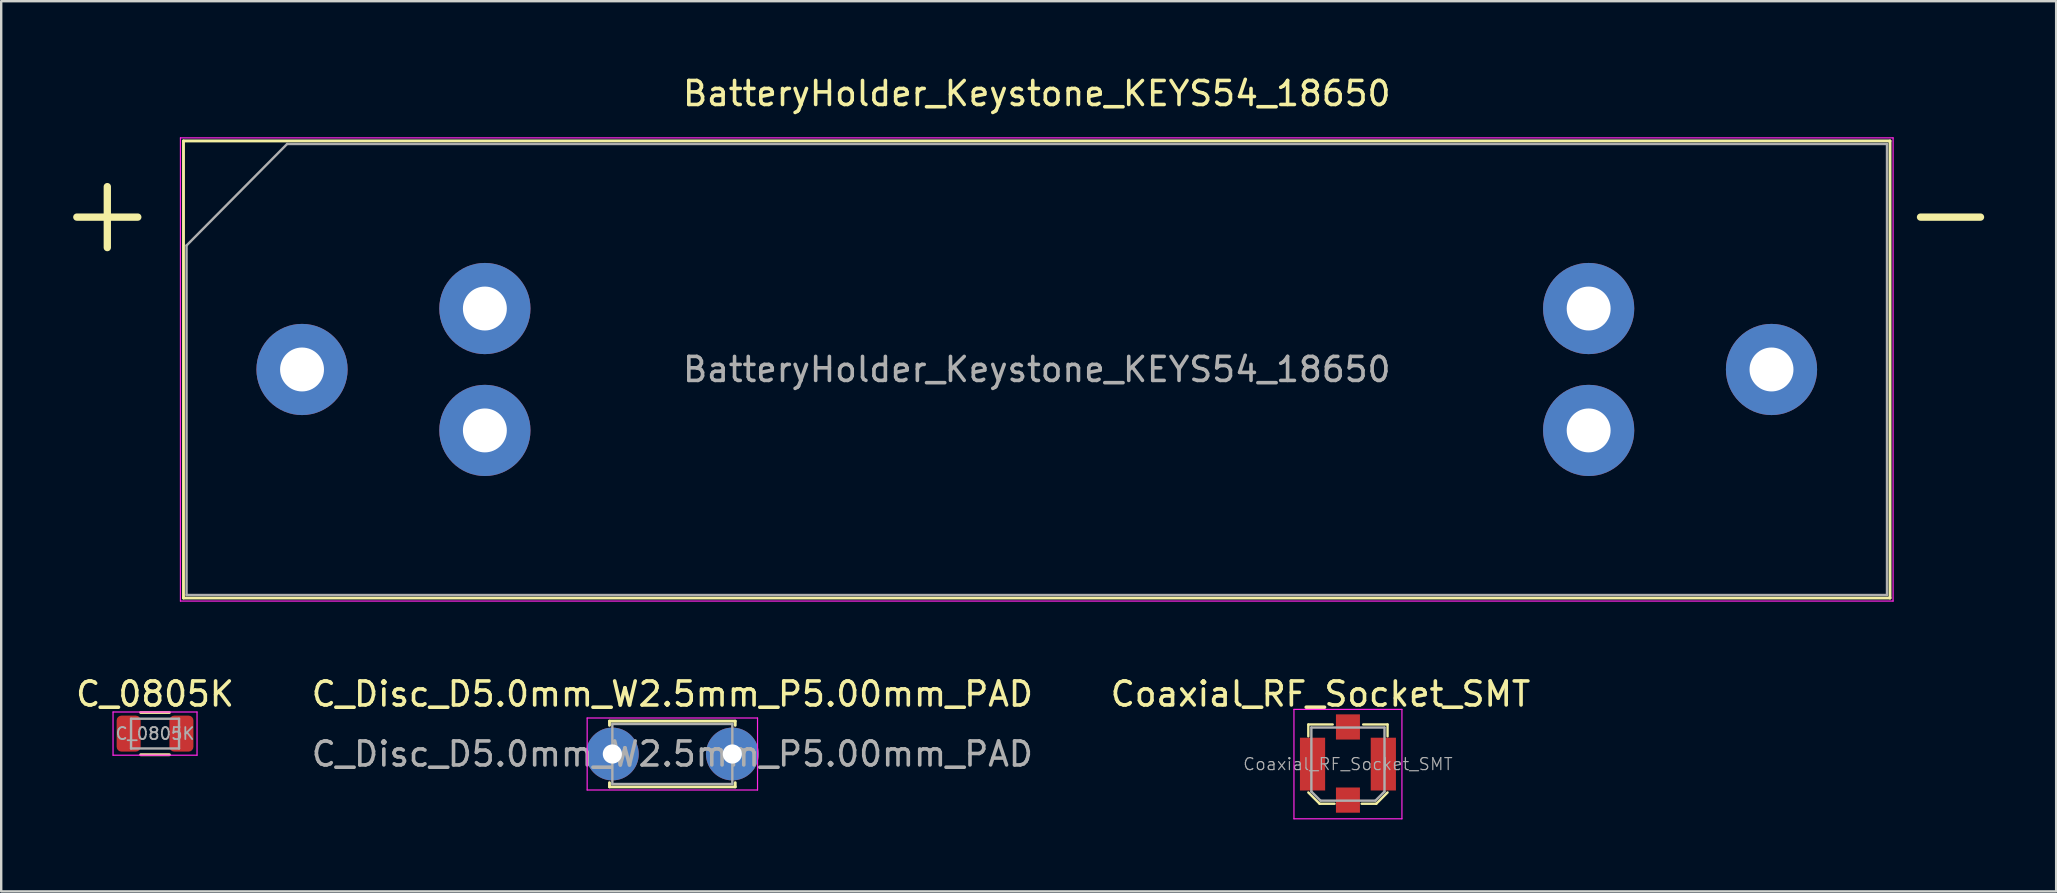
<source format=kicad_pcb>
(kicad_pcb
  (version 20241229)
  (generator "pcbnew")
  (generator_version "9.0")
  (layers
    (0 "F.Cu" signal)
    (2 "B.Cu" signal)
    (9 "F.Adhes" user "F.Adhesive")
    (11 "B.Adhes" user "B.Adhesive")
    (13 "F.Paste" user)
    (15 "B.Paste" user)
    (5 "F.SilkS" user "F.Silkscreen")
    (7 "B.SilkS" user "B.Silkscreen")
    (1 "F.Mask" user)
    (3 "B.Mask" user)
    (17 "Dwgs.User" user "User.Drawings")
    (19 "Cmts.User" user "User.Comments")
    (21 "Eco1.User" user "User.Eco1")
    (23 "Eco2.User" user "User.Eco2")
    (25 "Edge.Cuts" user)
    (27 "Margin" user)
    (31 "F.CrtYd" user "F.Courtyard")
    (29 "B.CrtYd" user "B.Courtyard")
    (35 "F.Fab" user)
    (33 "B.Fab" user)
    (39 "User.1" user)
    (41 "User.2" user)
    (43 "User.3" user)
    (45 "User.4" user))
  (footprint "Coaxial_RF_Socket_SMT"
    (layer "F.Cu")
    (at 53.125 28.794)
    (property "Reference" "Coaxial_RF_Socket_SMT" (at -1.143 -2.921 0) (layer "F.SilkS") (effects (font (size 1 1) (thickness 0.15))))
    (attr smd)
    (fp_line (start -1.651 -1.651) (end -1.651 -1.156) (stroke (width 0.1) (type solid)) (layer "F.SilkS"))
    (fp_line (start -1.651 -1.651) (end -0.635 -1.651) (stroke (width 0.1) (type solid)) (layer "F.SilkS"))
    (fp_line (start -1.181 1.651) (end -1.651 1.181) (stroke (width 0.1) (type solid)) (layer "F.SilkS"))
    (fp_line (start -1.181 1.651) (end -0.559 1.651) (stroke (width 0.1) (type solid)) (layer "F.SilkS"))
    (fp_line (start 1.181 1.651) (end 0.572 1.651) (stroke (width 0.1) (type solid)) (layer "F.SilkS"))
    (fp_line (start 1.181 1.651) (end 1.651 1.181) (stroke (width 0.1) (type solid)) (layer "F.SilkS"))
    (fp_line (start 1.651 -1.651) (end 0.635 -1.651) (stroke (width 0.1) (type solid)) (layer "F.SilkS"))
    (fp_line (start 1.651 -1.651) (end 1.651 -1.156) (stroke (width 0.1) (type solid)) (layer "F.SilkS"))
    (fp_line (start -2.25 -2.28) (end -2.25 2.28) (stroke (width 0.05) (type solid)) (layer "F.CrtYd"))
    (fp_line (start -2.25 -2.28) (end 2.25 -2.28) (stroke (width 0.05) (type solid)) (layer "F.CrtYd"))
    (fp_line (start -2.25 2.28) (end 2.25 2.28) (stroke (width 0.05) (type solid)) (layer "F.CrtYd"))
    (fp_line (start 2.25 -2.28) (end 2.25 2.28) (stroke (width 0.05) (type solid)) (layer "F.CrtYd"))
    (fp_line (start -1.524 -1.524) (end 1.524 -1.524) (stroke (width 0.1) (type solid)) (layer "F.Fab"))
    (fp_line (start -1.524 1.143) (end -1.524 -1.524) (stroke (width 0.1) (type solid)) (layer "F.Fab"))
    (fp_line (start -1.524 1.143) (end -1.143 1.524) (stroke (width 0.1) (type solid)) (layer "F.Fab"))
    (fp_line (start -1.143 1.524) (end 1.143 1.524) (stroke (width 0.1) (type solid)) (layer "F.Fab"))
    (fp_line (start 1.524 1.143) (end 1.143 1.524) (stroke (width 0.1) (type solid)) (layer "F.Fab"))
    (fp_line (start 1.524 1.143) (end 1.524 -1.524) (stroke (width 0.1) (type solid)) (layer "F.Fab"))
    (fp_text user "${REFERENCE}" (at 0 0 0) (layer "F.Fab") (effects (font (size 0.5 0.5) (thickness 0.05))))
    (pad "1" smd rect (at -1.475 0) (size 1.05 2.2) (layers "F.Cu" "F.Mask" "F.Paste"))
    (pad "1" smd rect (at 0 -1.548) (size 1 1.05) (layers "F.Cu" "F.Mask" "F.Paste"))
    (pad "1" smd rect (at 1.475 0) (size 1.05 2.2) (layers "F.Cu" "F.Mask" "F.Paste"))
    (pad "2" smd rect (at 0 1.5) (size 1 1.05) (layers "F.Cu" "F.Mask" "F.Paste")))
  (footprint "BatteryHolder_Keystone_KEYS54_18650"
    (layer "F.Cu")
    (at 40.157 12.348)
    (property "Reference" "BatteryHolder_Keystone_KEYS54_18650" (at 0 -11.5 0) (layer "F.SilkS") (effects (font (size 1 1) (thickness 0.15))))
    (attr smd)
    (fp_line (start -40.005 -6.35) (end -37.465 -6.35) (stroke (width 0.305) (type solid)) (layer "F.SilkS"))
    (fp_line (start -38.735 -5.08) (end -38.735 -7.62) (stroke (width 0.305) (type solid)) (layer "F.SilkS"))
    (fp_line (start -35.56 -9.525) (end -35.56 9.525) (stroke (width 0.12) (type solid)) (layer "F.SilkS"))
    (fp_line (start 35.56 -9.525) (end -35.56 -9.525) (stroke (width 0.12) (type solid)) (layer "F.SilkS"))
    (fp_line (start 35.56 9.525) (end -35.56 9.525) (stroke (width 0.12) (type solid)) (layer "F.SilkS"))
    (fp_line (start 35.56 9.525) (end 35.56 -9.525) (stroke (width 0.12) (type solid)) (layer "F.SilkS"))
    (fp_line (start 39.33 -6.35) (end 36.83 -6.35) (stroke (width 0.305) (type solid)) (layer "F.SilkS"))
    (fp_line (start -35.687 -9.652) (end -35.687 9.652) (stroke (width 0.05) (type solid)) (layer "F.CrtYd"))
    (fp_line (start -35.687 -9.652) (end 35.687 -9.652) (stroke (width 0.05) (type solid)) (layer "F.CrtYd"))
    (fp_line (start -35.687 9.652) (end 35.687 9.652) (stroke (width 0.05) (type solid)) (layer "F.CrtYd"))
    (fp_line (start 35.687 -9.652) (end 35.687 9.652) (stroke (width 0.05) (type solid)) (layer "F.CrtYd"))
    (fp_line (start -35.433 -5.168) (end -35.433 9.398) (stroke (width 0.1) (type solid)) (layer "F.Fab"))
    (fp_line (start -35.433 9.398) (end 35.433 9.398) (stroke (width 0.1) (type solid)) (layer "F.Fab"))
    (fp_line (start -31.242 -9.398) (end -35.433 -5.168) (stroke (width 0.1) (type solid)) (layer "F.Fab"))
    (fp_line (start -31.242 -9.398) (end 35.433 -9.398) (stroke (width 0.1) (type solid)) (layer "F.Fab"))
    (fp_line (start 35.433 -9.398) (end 35.433 9.398) (stroke (width 0.1) (type solid)) (layer "F.Fab"))
    (fp_text user "${REFERENCE}" (at 0 0 0) (layer "F.Fab") (effects (font (size 1 1) (thickness 0.15))))
    (pad "1" thru_hole circle (at -30.62 0) (size 3.8 3.8) (drill 1.83) (layers "*.Cu" "*.Mask"))
    (pad "1" thru_hole circle (at -23 -2.54) (size 3.8 3.8) (drill 1.83) (layers "*.Cu" "*.Mask"))
    (pad "1" thru_hole circle (at -23 2.54) (size 3.8 3.8) (drill 1.83) (layers "*.Cu" "*.Mask"))
    (pad "2" thru_hole circle (at 23 -2.54) (size 3.8 3.8) (drill 1.83) (layers "*.Cu" "*.Mask"))
    (pad "2" thru_hole circle (at 23 2.54) (size 3.8 3.8) (drill 1.83) (layers "*.Cu" "*.Mask"))
    (pad "2" thru_hole circle (at 30.62 0) (size 3.8 3.8) (drill 1.83) (layers "*.Cu" "*.Mask")))
  (footprint "C_0805K"
    (layer "F.Cu")
    (at 3.411 27.523)
    (property "Reference" "C_0805K" (at 0 -1.65 0) (layer "F.SilkS") (effects (font (size 1 1) (thickness 0.15))))
    (attr smd)
    (fp_line (start -0.6 -0.88) (end 0.6 -0.88) (stroke (width 0.12) (type solid)) (layer "F.SilkS"))
    (fp_line (start 0.6 0.88) (end -0.6 0.88) (stroke (width 0.12) (type solid)) (layer "F.SilkS"))
    (fp_line (start -1.75 -0.9) (end -1.75 0.9) (stroke (width 0.05) (type solid)) (layer "F.CrtYd"))
    (fp_line (start -1.75 -0.9) (end 1.75 -0.9) (stroke (width 0.05) (type solid)) (layer "F.CrtYd"))
    (fp_line (start 1.75 0.9) (end -1.75 0.9) (stroke (width 0.05) (type solid)) (layer "F.CrtYd"))
    (fp_line (start 1.75 0.9) (end 1.75 -0.9) (stroke (width 0.05) (type solid)) (layer "F.CrtYd"))
    (fp_line (start -1 -0.62) (end 1 -0.62) (stroke (width 0.1) (type solid)) (layer "F.Fab"))
    (fp_line (start -1 0.62) (end -1 -0.62) (stroke (width 0.1) (type solid)) (layer "F.Fab"))
    (fp_line (start 1 -0.62) (end 1 0.62) (stroke (width 0.1) (type solid)) (layer "F.Fab"))
    (fp_line (start 1 0.62) (end -1 0.62) (stroke (width 0.1) (type solid)) (layer "F.Fab"))
    (fp_text user "${REFERENCE}" (at 0 0 0) (layer "F.Fab") (effects (font (size 0.5 0.5) (thickness 0.075))))
    (pad "1" smd roundrect (at -1.1 0) (size 1 1.5) (layers "F.Cu" "F.Mask" "F.Paste") (roundrect_rratio 0.2))
    (pad "2" smd roundrect (at 1.1 0) (size 1 1.5) (layers "F.Cu" "F.Mask" "F.Paste") (roundrect_rratio 0.2)))
  (footprint "C_Disc_D5.0mm_W2.5mm_P5.00mm_PAD"
    (layer "F.Cu")
    (at 22.47 28.373)
    (property "Reference" "C_Disc_D5.0mm_W2.5mm_P5.00mm_PAD" (at 2.5 -2.5 0) (layer "F.SilkS") (effects (font (size 1 1) (thickness 0.15))))
    (attr through_hole)
    (fp_line (start -0.12 -1.37) (end -0.12 -1.194) (stroke (width 0.12) (type solid)) (layer "F.SilkS"))
    (fp_line (start -0.12 -1.37) (end 5.12 -1.37) (stroke (width 0.12) (type solid)) (layer "F.SilkS"))
    (fp_line (start -0.12 1.194) (end -0.12 1.37) (stroke (width 0.12) (type solid)) (layer "F.SilkS"))
    (fp_line (start -0.12 1.37) (end 5.12 1.37) (stroke (width 0.12) (type solid)) (layer "F.SilkS"))
    (fp_line (start 5.12 -1.37) (end 5.12 -1.194) (stroke (width 0.12) (type solid)) (layer "F.SilkS"))
    (fp_line (start 5.12 1.194) (end 5.12 1.37) (stroke (width 0.12) (type solid)) (layer "F.SilkS"))
    (fp_line (start -1.05 -1.5) (end -1.05 1.5) (stroke (width 0.05) (type solid)) (layer "F.CrtYd"))
    (fp_line (start -1.05 1.5) (end 6.05 1.5) (stroke (width 0.05) (type solid)) (layer "F.CrtYd"))
    (fp_line (start 6.05 -1.5) (end -1.05 -1.5) (stroke (width 0.05) (type solid)) (layer "F.CrtYd"))
    (fp_line (start 6.05 1.5) (end 6.05 -1.5) (stroke (width 0.05) (type solid)) (layer "F.CrtYd"))
    (fp_line (start 0 -1.25) (end 0 1.25) (stroke (width 0.1) (type solid)) (layer "F.Fab"))
    (fp_line (start 0 1.25) (end 5 1.25) (stroke (width 0.1) (type solid)) (layer "F.Fab"))
    (fp_line (start 5 -1.25) (end 0 -1.25) (stroke (width 0.1) (type solid)) (layer "F.Fab"))
    (fp_line (start 5 1.25) (end 5 -1.25) (stroke (width 0.1) (type solid)) (layer "F.Fab"))
    (fp_text user "${REFERENCE}" (at 2.5 0 0) (layer "F.Fab") (effects (font (size 1 1) (thickness 0.15))))
    (pad "1" thru_hole circle (at 0 0) (size 2.2 2.2) (drill 0.8) (layers "*.Cu" "*.Mask"))
    (pad "2" thru_hole circle (at 5 0) (size 2.2 2.2) (drill 0.8) (layers "*.Cu" "*.Mask")))
  (gr_rect
    (start -3 -3)
    (end 82.64 34.099)
    (stroke (width 0.1) (type default))
    (fill no)
    (layer "Edge.Cuts")))
</source>
